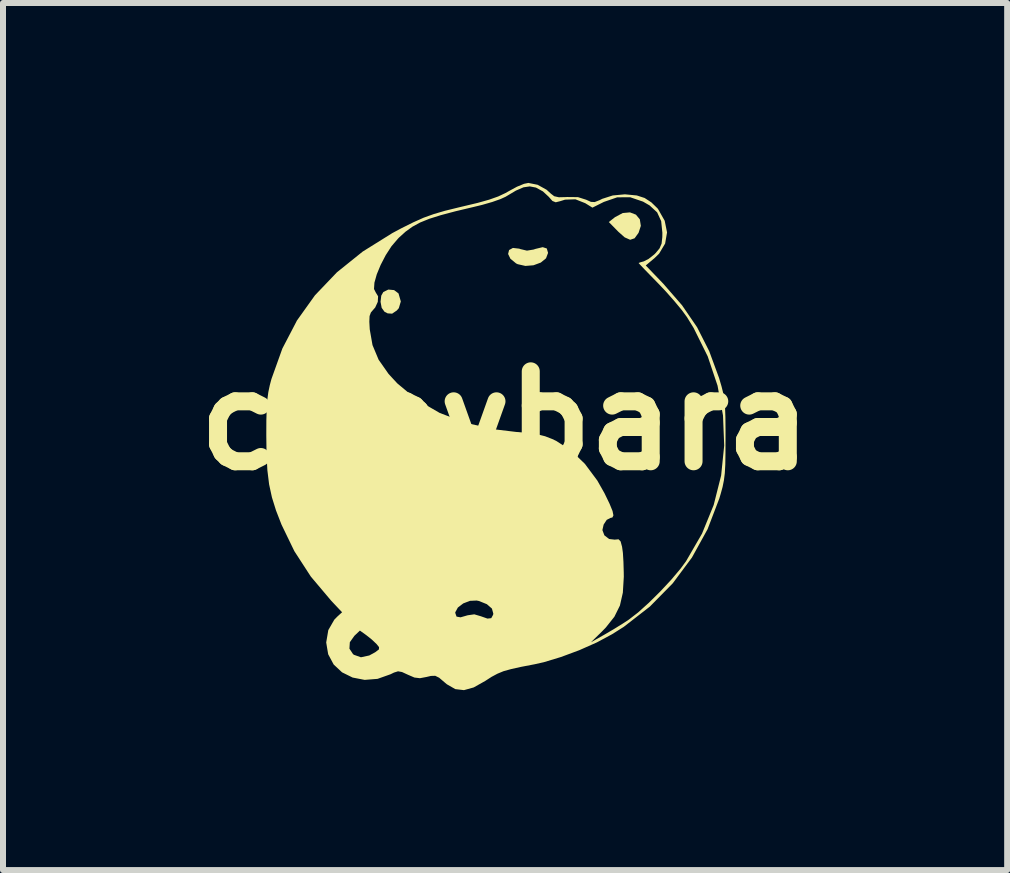
<source format=kicad_pcb>
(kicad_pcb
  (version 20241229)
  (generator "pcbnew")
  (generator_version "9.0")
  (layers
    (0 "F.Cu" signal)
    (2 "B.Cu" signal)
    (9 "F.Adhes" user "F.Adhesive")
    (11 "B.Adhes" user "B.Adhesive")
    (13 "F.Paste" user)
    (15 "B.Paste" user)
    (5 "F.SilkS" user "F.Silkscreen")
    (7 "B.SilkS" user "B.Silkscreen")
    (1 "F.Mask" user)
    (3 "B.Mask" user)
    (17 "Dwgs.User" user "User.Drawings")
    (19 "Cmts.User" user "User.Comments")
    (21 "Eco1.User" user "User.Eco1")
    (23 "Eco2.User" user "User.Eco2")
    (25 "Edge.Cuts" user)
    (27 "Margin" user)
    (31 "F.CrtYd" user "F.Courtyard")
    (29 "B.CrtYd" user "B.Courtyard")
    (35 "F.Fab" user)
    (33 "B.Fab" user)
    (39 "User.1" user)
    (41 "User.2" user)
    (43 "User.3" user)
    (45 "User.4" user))
  (footprint "capybara"
    (layer "F.Cu")
    (at 5.371 3.963)
    (property "Reference" "capybara" (at 0 0 0) (layer "F.SilkS") (effects (font (size 1.5 1.5) (thickness 0.3))))
    (attr board_only exclude_from_pos_files exclude_from_bom)
    (fp_poly (pts (xy 2.182 -3.434) (xy 2.247 -3.356) (xy 2.264 -3.247) (xy 2.226 -3.131) (xy 2.16 -3.04) (xy 2.086 -3.015) (xy 1.995 -3.055) (xy 1.89 -3.148) (xy 1.73 -3.311) (xy 1.833 -3.392) (xy 1.962 -3.461) (xy 2.083 -3.472)) (stroke (width 0) (type solid)) (fill yes) (layer "F.SilkS"))
    (fp_poly (pts (xy -1.85 -2.176) (xy -1.778 -2.122) (xy -1.775 -2.116) (xy -1.738 -1.987) (xy -1.771 -1.875) (xy -1.805 -1.836) (xy -1.883 -1.783) (xy -1.957 -1.788) (xy -2.01 -1.815) (xy -2.057 -1.88) (xy -2.076 -1.981) (xy -2.064 -2.084) (xy -2.03 -2.144) (xy -1.946 -2.185)) (stroke (width 0) (type solid)) (fill yes) (layer "F.SilkS"))
    (fp_poly (pts (xy 0.696 -2.87) (xy 0.717 -2.797) (xy 0.717 -2.796) (xy 0.683 -2.706) (xy 0.596 -2.635) (xy 0.474 -2.59) (xy 0.339 -2.579) (xy 0.211 -2.608) (xy 0.184 -2.621) (xy 0.089 -2.699) (xy 0.051 -2.778) (xy 0.067 -2.844) (xy 0.131 -2.879) (xy 0.237 -2.867) (xy 0.255 -2.86) (xy 0.365 -2.834) (xy 0.475 -2.852) (xy 0.508 -2.863) (xy 0.628 -2.892)) (stroke (width 0) (type solid)) (fill yes) (layer "F.SilkS"))
    (fp_poly (pts (xy 0.543 -3.932) (xy 0.693 -3.849) (xy 0.764 -3.784) (xy 0.82 -3.741) (xy 0.897 -3.724) (xy 1.021 -3.727) (xy 1.032 -3.728) (xy 1.216 -3.726) (xy 1.352 -3.683) (xy 1.432 -3.647) (xy 1.495 -3.644) (xy 1.577 -3.676) (xy 1.621 -3.698) (xy 1.795 -3.754) (xy 1.998 -3.773) (xy 2.197 -3.754) (xy 2.327 -3.712) (xy 2.439 -3.639) (xy 2.541 -3.54) (xy 2.552 -3.526) (xy 2.662 -3.332) (xy 2.701 -3.138) (xy 2.669 -2.952) (xy 2.568 -2.783) (xy 2.493 -2.71) (xy 2.346 -2.587) (xy 2.637 -2.284) (xy 2.951 -1.923) (xy 3.203 -1.555) (xy 3.404 -1.158) (xy 3.567 -0.714) (xy 3.572 -0.698) (xy 3.61 -0.568) (xy 3.638 -0.456) (xy 3.656 -0.345) (xy 3.668 -0.217) (xy 3.674 -0.057) (xy 3.676 0.152) (xy 3.676 0.302) (xy 3.675 0.547) (xy 3.672 0.734) (xy 3.664 0.878) (xy 3.649 0.996) (xy 3.627 1.106) (xy 3.595 1.223) (xy 3.572 1.3) (xy 3.377 1.81) (xy 3.116 2.283) (xy 2.795 2.714) (xy 2.414 3.101) (xy 1.979 3.439) (xy 1.784 3.562) (xy 1.531 3.698) (xy 1.238 3.828) (xy 0.934 3.941) (xy 0.647 4.028) (xy 0.491 4.063) (xy 0.267 4.106) (xy 0.101 4.143) (xy -0.025 4.178) (xy -0.127 4.22) (xy -0.224 4.272) (xy -0.331 4.341) (xy -0.331 4.341) (xy -0.523 4.449) (xy -0.685 4.494) (xy -0.83 4.477) (xy -0.969 4.397) (xy -1.011 4.362) (xy -1.099 4.287) (xy -1.164 4.255) (xy -1.236 4.257) (xy -1.308 4.274) (xy -1.419 4.295) (xy -1.511 4.284) (xy -1.618 4.238) (xy -1.718 4.192) (xy -1.784 4.18) (xy -1.852 4.201) (xy -1.909 4.229) (xy -2.126 4.306) (xy -2.341 4.323) (xy -2.542 4.284) (xy -2.718 4.197) (xy -2.858 4.066) (xy -2.949 3.896) (xy -2.965 3.802) (xy -2.595 3.802) (xy -2.535 3.893) (xy -2.519 3.905) (xy -2.403 3.946) (xy -2.264 3.916) (xy -2.165 3.862) (xy -2.103 3.815) (xy -2.101 3.777) (xy -2.141 3.727) (xy -2.221 3.651) (xy -2.314 3.577) (xy -2.42 3.501) (xy -2.512 3.588) (xy -2.588 3.695) (xy -2.595 3.802) (xy -2.965 3.802) (xy -2.982 3.699) (xy -2.947 3.493) (xy -2.847 3.319) (xy -2.797 3.268) (xy -2.73 3.207) (xy -0.83 3.207) (xy -0.809 3.268) (xy -0.742 3.28) (xy -0.624 3.246) (xy -0.513 3.23) (xy -0.404 3.262) (xy -0.293 3.301) (xy -0.23 3.294) (xy -0.199 3.237) (xy -0.196 3.217) (xy -0.219 3.134) (xy -0.303 3.061) (xy -0.434 3.008) (xy -0.474 3) (xy -0.585 3.005) (xy -0.697 3.048) (xy -0.787 3.117) (xy -0.83 3.196) (xy -0.83 3.207) (xy -2.73 3.207) (xy -2.717 3.196) (xy -2.898 3.004) (xy -3.238 2.601) (xy -3.513 2.177) (xy -3.727 1.735) (xy -3.819 1.498) (xy -3.887 1.28) (xy -3.934 1.063) (xy -3.963 0.827) (xy -3.977 0.553) (xy -3.981 0.245) (xy -3.98 -0.006) (xy -3.974 -0.198) (xy -3.964 -0.349) (xy -3.947 -0.475) (xy -3.922 -0.593) (xy -3.895 -0.694) (xy -3.713 -1.202) (xy -3.48 -1.649) (xy -2.263 -1.649) (xy -2.256 -1.521) (xy -2.21 -1.259) (xy -2.108 -1.015) (xy -1.942 -0.778) (xy -1.797 -0.621) (xy -1.47 -0.348) (xy -1.09 -0.128) (xy -0.66 0.036) (xy -0.18 0.145) (xy 0.186 0.189) (xy 0.392 0.207) (xy 0.545 0.23) (xy 0.668 0.261) (xy 0.784 0.306) (xy 0.852 0.338) (xy 1.1 0.498) (xy 1.332 0.722) (xy 1.538 0.999) (xy 1.658 1.211) (xy 1.743 1.387) (xy 1.792 1.507) (xy 1.807 1.58) (xy 1.79 1.615) (xy 1.756 1.623) (xy 1.695 1.655) (xy 1.644 1.733) (xy 1.623 1.825) (xy 1.656 1.913) (xy 1.735 1.974) (xy 1.83 1.985) (xy 1.834 1.984) (xy 1.893 1.979) (xy 1.927 2.015) (xy 1.951 2.104) (xy 1.965 2.206) (xy 1.974 2.357) (xy 1.979 2.53) (xy 1.98 2.604) (xy 1.964 2.869) (xy 1.915 3.084) (xy 1.823 3.27) (xy 1.681 3.449) (xy 1.614 3.518) (xy 1.432 3.696) (xy 1.658 3.568) (xy 1.81 3.479) (xy 1.968 3.381) (xy 2.064 3.318) (xy 2.218 3.199) (xy 2.398 3.037) (xy 2.588 2.849) (xy 2.77 2.654) (xy 2.926 2.469) (xy 3.018 2.344) (xy 3.284 1.884) (xy 3.479 1.406) (xy 3.603 0.914) (xy 3.654 0.415) (xy 3.634 -0.085) (xy 3.543 -0.583) (xy 3.379 -1.071) (xy 3.144 -1.545) (xy 3.032 -1.727) (xy 2.947 -1.843) (xy 2.825 -1.99) (xy 2.684 -2.15) (xy 2.558 -2.283) (xy 2.433 -2.411) (xy 2.329 -2.518) (xy 2.257 -2.594) (xy 2.227 -2.627) (xy 2.227 -2.628) (xy 2.258 -2.64) (xy 2.313 -2.655) (xy 2.393 -2.696) (xy 2.487 -2.77) (xy 2.511 -2.794) (xy 2.576 -2.872) (xy 2.61 -2.951) (xy 2.622 -3.06) (xy 2.623 -3.132) (xy 2.603 -3.326) (xy 2.536 -3.472) (xy 2.41 -3.588) (xy 2.301 -3.651) (xy 2.087 -3.724) (xy 1.87 -3.723) (xy 1.647 -3.646) (xy 1.641 -3.643) (xy 1.457 -3.551) (xy 1.337 -3.625) (xy 1.173 -3.69) (xy 1 -3.684) (xy 0.92 -3.659) (xy 0.845 -3.64) (xy 0.79 -3.662) (xy 0.728 -3.732) (xy 0.632 -3.821) (xy 0.518 -3.884) (xy 0.512 -3.886) (xy 0.413 -3.905) (xy 0.308 -3.89) (xy 0.181 -3.835) (xy 0.015 -3.736) (xy 0.012 -3.734) (xy -0.075 -3.694) (xy -0.214 -3.645) (xy -0.385 -3.596) (xy -0.517 -3.564) (xy -0.824 -3.491) (xy -1.069 -3.426) (xy -1.263 -3.365) (xy -1.418 -3.302) (xy -1.546 -3.232) (xy -1.658 -3.151) (xy -1.767 -3.053) (xy -1.787 -3.032) (xy -1.893 -2.908) (xy -1.99 -2.758) (xy -2.074 -2.596) (xy -2.139 -2.439) (xy -2.178 -2.3) (xy -2.185 -2.194) (xy -2.155 -2.135) (xy -2.117 -2.073) (xy -2.122 -1.98) (xy -2.165 -1.886) (xy -2.194 -1.853) (xy -2.237 -1.803) (xy -2.259 -1.743) (xy -2.263 -1.649) (xy -3.48 -1.649) (xy -3.472 -1.666) (xy -3.169 -2.09) (xy -2.803 -2.473) (xy -2.374 -2.818) (xy -1.879 -3.127) (xy -1.727 -3.208) (xy -1.528 -3.307) (xy -1.358 -3.383) (xy -1.191 -3.443) (xy -1.004 -3.498) (xy -0.772 -3.555) (xy -0.709 -3.57) (xy -0.457 -3.63) (xy -0.265 -3.684) (xy -0.115 -3.737) (xy 0.006 -3.794) (xy 0.072 -3.831) (xy 0.199 -3.9) (xy 0.316 -3.948) (xy 0.389 -3.963)) (stroke (width 0) (type solid)) (fill yes) (layer "F.SilkS")))
  (gr_rect
    (start -3 -3)
    (end 13.743 11.457)
    (stroke (width 0.1) (type default))
    (fill no)
    (layer "Edge.Cuts")))
</source>
